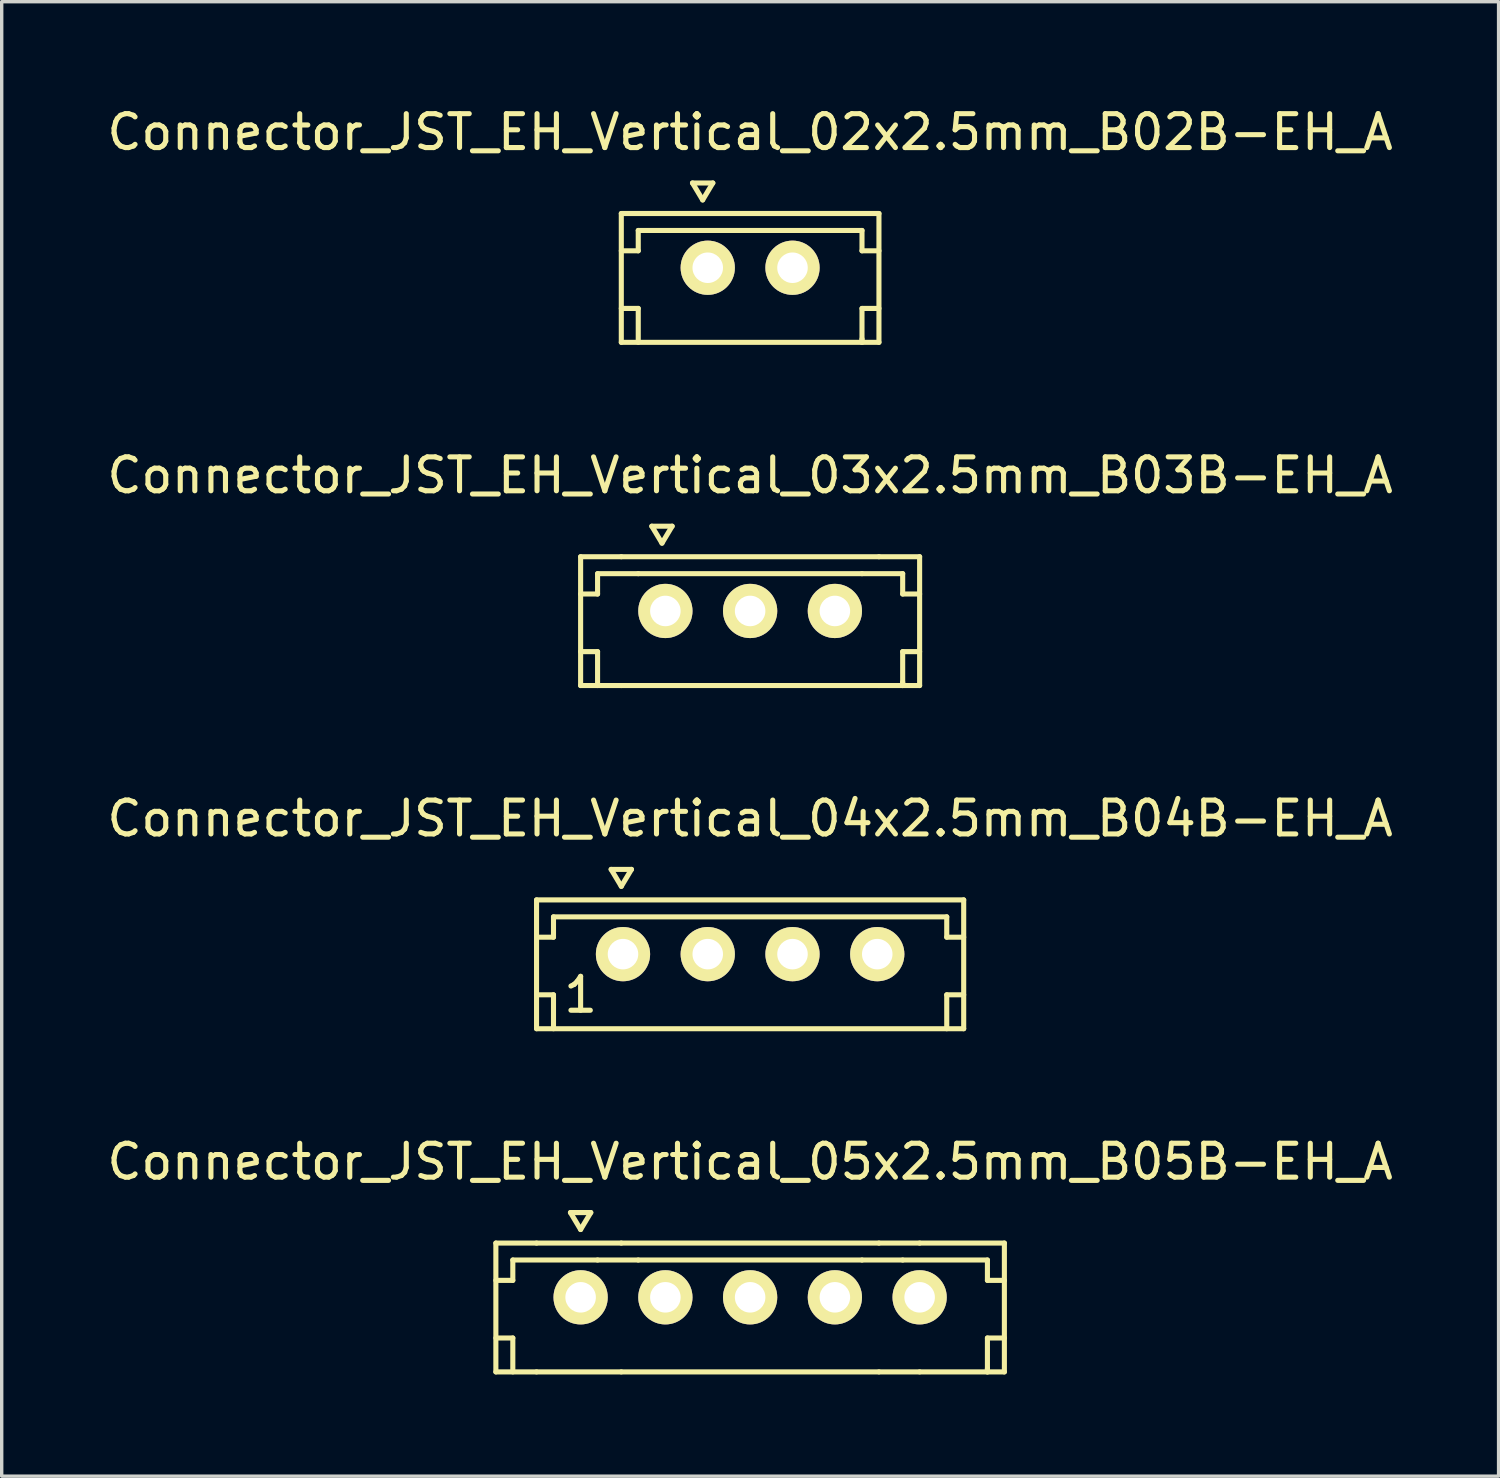
<source format=kicad_pcb>
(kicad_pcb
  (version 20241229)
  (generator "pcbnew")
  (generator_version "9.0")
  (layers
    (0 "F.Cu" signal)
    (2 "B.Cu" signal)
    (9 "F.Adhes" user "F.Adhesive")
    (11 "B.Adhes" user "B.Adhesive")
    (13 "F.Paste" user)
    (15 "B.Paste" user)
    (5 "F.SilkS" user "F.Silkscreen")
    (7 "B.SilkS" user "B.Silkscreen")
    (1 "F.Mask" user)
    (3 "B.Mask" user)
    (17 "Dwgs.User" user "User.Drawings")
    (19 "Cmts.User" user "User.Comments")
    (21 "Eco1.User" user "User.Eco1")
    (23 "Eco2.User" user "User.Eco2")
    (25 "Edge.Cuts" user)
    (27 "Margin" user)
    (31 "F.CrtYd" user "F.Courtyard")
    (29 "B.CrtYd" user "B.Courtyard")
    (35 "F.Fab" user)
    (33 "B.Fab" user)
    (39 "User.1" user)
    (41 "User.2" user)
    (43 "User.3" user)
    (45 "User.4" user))
  (footprint "Connector_JST_EH_Vertical_04x2.5mm_B04B-EH_A"
    (layer "F.Cu")
    (at 19.077 25.095)
    (property "Reference" "Connector_JST_EH_Vertical_04x2.5mm_B04B-EH_A" (at 0 -4 0) (layer "F.SilkS") (effects (font (size 1 1) (thickness 0.15))))
    (attr through_hole)
    (fp_line (start -6.3 -1.6) (end -6.3 2.2) (stroke (width 0.15) (type solid)) (layer "F.SilkS"))
    (fp_line (start -6.3 2.2) (end 6.3 2.2) (stroke (width 0.15) (type solid)) (layer "F.SilkS"))
    (fp_line (start -5.8 -1.1) (end -5.8 -0.5) (stroke (width 0.15) (type solid)) (layer "F.SilkS"))
    (fp_line (start -5.8 -0.5) (end -6.3 -0.5) (stroke (width 0.15) (type solid)) (layer "F.SilkS"))
    (fp_line (start -5.8 1.2) (end -6.3 1.2) (stroke (width 0.15) (type solid)) (layer "F.SilkS"))
    (fp_line (start -5.8 2.2) (end -5.8 1.2) (stroke (width 0.15) (type solid)) (layer "F.SilkS"))
    (fp_line (start -4.1 -2.5) (end -3.8 -2) (stroke (width 0.15) (type solid)) (layer "F.SilkS"))
    (fp_line (start -3.8 -2) (end -3.5 -2.5) (stroke (width 0.15) (type solid)) (layer "F.SilkS"))
    (fp_line (start -3.5 -2.5) (end -4.1 -2.5) (stroke (width 0.15) (type solid)) (layer "F.SilkS"))
    (fp_line (start 5.8 -1.1) (end -5.8 -1.1) (stroke (width 0.15) (type solid)) (layer "F.SilkS"))
    (fp_line (start 5.8 -0.5) (end 5.8 -1.1) (stroke (width 0.15) (type solid)) (layer "F.SilkS"))
    (fp_line (start 5.8 1.2) (end 6.3 1.2) (stroke (width 0.15) (type solid)) (layer "F.SilkS"))
    (fp_line (start 5.8 2.2) (end 5.8 1.2) (stroke (width 0.15) (type solid)) (layer "F.SilkS"))
    (fp_line (start 6.3 -1.6) (end -6.3 -1.6) (stroke (width 0.15) (type solid)) (layer "F.SilkS"))
    (fp_line (start 6.3 -0.5) (end 5.8 -0.5) (stroke (width 0.15) (type solid)) (layer "F.SilkS"))
    (fp_line (start 6.3 2.2) (end 6.3 -1.6) (stroke (width 0.15) (type solid)) (layer "F.SilkS"))
    (fp_text user "1" (at -5 1.2 0) (layer "F.SilkS") (effects (font (size 1 1) (thickness 0.15))))
    (pad "1" thru_hole circle (at -3.75 0) (size 1.6 1.6) (drill 0.9) (layers "*.Cu" "*.Mask" "F.SilkS"))
    (pad "2" thru_hole circle (at -1.25 0) (size 1.6 1.6) (drill 0.9) (layers "*.Cu" "*.Mask" "F.SilkS"))
    (pad "3" thru_hole circle (at 1.25 0) (size 1.6 1.6) (drill 0.9) (layers "*.Cu" "*.Mask" "F.SilkS"))
    (pad "4" thru_hole circle (at 3.75 0) (size 1.6 1.6) (drill 0.9) (layers "*.Cu" "*.Mask" "F.SilkS")))
  (footprint "Connector_JST_EH_Vertical_05x2.5mm_B05B-EH_A"
    (layer "F.Cu")
    (at 19.077 35.218)
    (property "Reference" "Connector_JST_EH_Vertical_05x2.5mm_B05B-EH_A" (at 0 -4 0) (layer "F.SilkS") (effects (font (size 1 1) (thickness 0.15))))
    (attr through_hole)
    (fp_line (start -7.5 -1.6) (end -7.5 2.2) (stroke (width 0.15) (type solid)) (layer "F.SilkS"))
    (fp_line (start -7.5 -1.6) (end -6.3 -1.6) (stroke (width 0.15) (type solid)) (layer "F.SilkS"))
    (fp_line (start -7.5 2.2) (end -6.3 2.2) (stroke (width 0.15) (type solid)) (layer "F.SilkS"))
    (fp_line (start -7 -1.1) (end -7 -0.5) (stroke (width 0.15) (type solid)) (layer "F.SilkS"))
    (fp_line (start -7 -0.5) (end -7.5 -0.5) (stroke (width 0.15) (type solid)) (layer "F.SilkS"))
    (fp_line (start -7 1.2) (end -7.5 1.2) (stroke (width 0.15) (type solid)) (layer "F.SilkS"))
    (fp_line (start -7 1.2) (end -7 2.2) (stroke (width 0.15) (type solid)) (layer "F.SilkS"))
    (fp_line (start -6.3 -1.6) (end -3.8 -1.6) (stroke (width 0.15) (type solid)) (layer "F.SilkS"))
    (fp_line (start -6.3 2.2) (end -3.8 2.2) (stroke (width 0.15) (type solid)) (layer "F.SilkS"))
    (fp_line (start -5.3 -2.5) (end -5 -2) (stroke (width 0.15) (type solid)) (layer "F.SilkS"))
    (fp_line (start -5 -2) (end -4.7 -2.5) (stroke (width 0.15) (type solid)) (layer "F.SilkS"))
    (fp_line (start -4.7 -2.5) (end -5.3 -2.5) (stroke (width 0.15) (type solid)) (layer "F.SilkS"))
    (fp_line (start -4.5 -1.1) (end -7 -1.1) (stroke (width 0.15) (type solid)) (layer "F.SilkS"))
    (fp_line (start -3.8 -1.6) (end 3.8 -1.6) (stroke (width 0.15) (type solid)) (layer "F.SilkS"))
    (fp_line (start -3.3 -1.1) (end -4.5 -1.1) (stroke (width 0.15) (type solid)) (layer "F.SilkS"))
    (fp_line (start 3.3 -1.1) (end -3.3 -1.1) (stroke (width 0.15) (type solid)) (layer "F.SilkS"))
    (fp_line (start 3.8 -1.6) (end 5 -1.6) (stroke (width 0.15) (type solid)) (layer "F.SilkS"))
    (fp_line (start 3.8 2.2) (end -3.8 2.2) (stroke (width 0.15) (type solid)) (layer "F.SilkS"))
    (fp_line (start 3.8 2.2) (end 5 2.2) (stroke (width 0.15) (type solid)) (layer "F.SilkS"))
    (fp_line (start 4.5 -1.1) (end 3.3 -1.1) (stroke (width 0.15) (type solid)) (layer "F.SilkS"))
    (fp_line (start 5 -1.6) (end 7.5 -1.6) (stroke (width 0.15) (type solid)) (layer "F.SilkS"))
    (fp_line (start 7 -1.1) (end 4.5 -1.1) (stroke (width 0.15) (type solid)) (layer "F.SilkS"))
    (fp_line (start 7 -1.1) (end 7 -0.5) (stroke (width 0.15) (type solid)) (layer "F.SilkS"))
    (fp_line (start 7 1.2) (end 7 2.2) (stroke (width 0.15) (type solid)) (layer "F.SilkS"))
    (fp_line (start 7 1.2) (end 7.5 1.2) (stroke (width 0.15) (type solid)) (layer "F.SilkS"))
    (fp_line (start 7 2.2) (end 7 2.1) (stroke (width 0.15) (type solid)) (layer "F.SilkS"))
    (fp_line (start 7.5 -1.6) (end 7.5 2.2) (stroke (width 0.15) (type solid)) (layer "F.SilkS"))
    (fp_line (start 7.5 -0.5) (end 7 -0.5) (stroke (width 0.15) (type solid)) (layer "F.SilkS"))
    (fp_line (start 7.5 2.2) (end 5 2.2) (stroke (width 0.15) (type solid)) (layer "F.SilkS"))
    (pad "1" thru_hole circle (at -5 0) (size 1.6 1.6) (drill 0.9) (layers "*.Cu" "*.Mask" "F.SilkS"))
    (pad "2" thru_hole circle (at -2.5 0) (size 1.6 1.6) (drill 0.9) (layers "*.Cu" "*.Mask" "F.SilkS"))
    (pad "3" thru_hole circle (at 0 0) (size 1.6 1.6) (drill 0.9) (layers "*.Cu" "*.Mask" "F.SilkS"))
    (pad "4" thru_hole circle (at 2.5 0) (size 1.6 1.6) (drill 0.9) (layers "*.Cu" "*.Mask" "F.SilkS"))
    (pad "5" thru_hole circle (at 5 0) (size 1.6 1.6) (drill 0.9) (layers "*.Cu" "*.Mask" "F.SilkS")))
  (footprint "Connector_JST_EH_Vertical_02x2.5mm_B02B-EH_A"
    (layer "F.Cu")
    (at 19.077 4.848)
    (property "Reference" "Connector_JST_EH_Vertical_02x2.5mm_B02B-EH_A" (at 0 -4 0) (layer "F.SilkS") (effects (font (size 1 1) (thickness 0.15))))
    (attr through_hole)
    (fp_line (start -3.8 -1.6) (end -3.8 2.2) (stroke (width 0.15) (type solid)) (layer "F.SilkS"))
    (fp_line (start -3.8 -1.6) (end 3.8 -1.6) (stroke (width 0.15) (type solid)) (layer "F.SilkS"))
    (fp_line (start -3.3 -1.1) (end -3.3 -0.5) (stroke (width 0.15) (type solid)) (layer "F.SilkS"))
    (fp_line (start -3.3 -0.5) (end -3.8 -0.5) (stroke (width 0.15) (type solid)) (layer "F.SilkS"))
    (fp_line (start -3.3 1.2) (end -3.8 1.2) (stroke (width 0.15) (type solid)) (layer "F.SilkS"))
    (fp_line (start -3.3 1.2) (end -3.3 2.2) (stroke (width 0.15) (type solid)) (layer "F.SilkS"))
    (fp_line (start -1.7 -2.5) (end -1.4 -2) (stroke (width 0.15) (type solid)) (layer "F.SilkS"))
    (fp_line (start -1.4 -2) (end -1.1 -2.5) (stroke (width 0.15) (type solid)) (layer "F.SilkS"))
    (fp_line (start -1.1 -2.5) (end -1.7 -2.5) (stroke (width 0.15) (type solid)) (layer "F.SilkS"))
    (fp_line (start 3.3 -1.1) (end -3.3 -1.1) (stroke (width 0.15) (type solid)) (layer "F.SilkS"))
    (fp_line (start 3.3 -1.1) (end 3.3 -0.5) (stroke (width 0.15) (type solid)) (layer "F.SilkS"))
    (fp_line (start 3.3 1.2) (end 3.3 2.2) (stroke (width 0.15) (type solid)) (layer "F.SilkS"))
    (fp_line (start 3.3 1.2) (end 3.8 1.2) (stroke (width 0.15) (type solid)) (layer "F.SilkS"))
    (fp_line (start 3.3 2.2) (end 3.3 2.1) (stroke (width 0.15) (type solid)) (layer "F.SilkS"))
    (fp_line (start 3.8 -1.6) (end 3.8 2.2) (stroke (width 0.15) (type solid)) (layer "F.SilkS"))
    (fp_line (start 3.8 -0.5) (end 3.3 -0.5) (stroke (width 0.15) (type solid)) (layer "F.SilkS"))
    (fp_line (start 3.8 2.2) (end -3.8 2.2) (stroke (width 0.15) (type solid)) (layer "F.SilkS"))
    (pad "1" thru_hole circle (at -1.25 0) (size 1.6 1.6) (drill 0.9) (layers "*.Cu" "*.Mask" "F.SilkS"))
    (pad "2" thru_hole circle (at 1.25 0) (size 1.6 1.6) (drill 0.9) (layers "*.Cu" "*.Mask" "F.SilkS")))
  (footprint "Connector_JST_EH_Vertical_03x2.5mm_B03B-EH_A"
    (layer "F.Cu")
    (at 19.077 14.972)
    (property "Reference" "Connector_JST_EH_Vertical_03x2.5mm_B03B-EH_A" (at 0 -4 0) (layer "F.SilkS") (effects (font (size 1 1) (thickness 0.15))))
    (attr through_hole)
    (fp_line (start -5 -1.6) (end -5 2.2) (stroke (width 0.15) (type solid)) (layer "F.SilkS"))
    (fp_line (start -5 -1.6) (end -3.8 -1.6) (stroke (width 0.15) (type solid)) (layer "F.SilkS"))
    (fp_line (start -5 2.2) (end -3.8 2.2) (stroke (width 0.15) (type solid)) (layer "F.SilkS"))
    (fp_line (start -4.5 -1.1) (end -4.5 -0.5) (stroke (width 0.15) (type solid)) (layer "F.SilkS"))
    (fp_line (start -4.5 -0.5) (end -5 -0.5) (stroke (width 0.15) (type solid)) (layer "F.SilkS"))
    (fp_line (start -4.5 1.2) (end -5 1.2) (stroke (width 0.15) (type solid)) (layer "F.SilkS"))
    (fp_line (start -4.5 1.2) (end -4.5 2.2) (stroke (width 0.15) (type solid)) (layer "F.SilkS"))
    (fp_line (start -3.8 -1.6) (end 3.8 -1.6) (stroke (width 0.15) (type solid)) (layer "F.SilkS"))
    (fp_line (start -3.3 -1.1) (end -4.5 -1.1) (stroke (width 0.15) (type solid)) (layer "F.SilkS"))
    (fp_line (start -2.9 -2.5) (end -2.6 -2) (stroke (width 0.15) (type solid)) (layer "F.SilkS"))
    (fp_line (start -2.6 -2) (end -2.3 -2.5) (stroke (width 0.15) (type solid)) (layer "F.SilkS"))
    (fp_line (start -2.3 -2.5) (end -2.9 -2.5) (stroke (width 0.15) (type solid)) (layer "F.SilkS"))
    (fp_line (start 3.3 -1.1) (end -3.3 -1.1) (stroke (width 0.15) (type solid)) (layer "F.SilkS"))
    (fp_line (start 3.8 -1.6) (end 5 -1.6) (stroke (width 0.15) (type solid)) (layer "F.SilkS"))
    (fp_line (start 3.8 2.2) (end -3.8 2.2) (stroke (width 0.15) (type solid)) (layer "F.SilkS"))
    (fp_line (start 3.8 2.2) (end 5 2.2) (stroke (width 0.15) (type solid)) (layer "F.SilkS"))
    (fp_line (start 4.5 -1.1) (end 3.3 -1.1) (stroke (width 0.15) (type solid)) (layer "F.SilkS"))
    (fp_line (start 4.5 -1.1) (end 4.5 -0.5) (stroke (width 0.15) (type solid)) (layer "F.SilkS"))
    (fp_line (start 4.5 1.2) (end 4.5 2.2) (stroke (width 0.15) (type solid)) (layer "F.SilkS"))
    (fp_line (start 4.5 1.2) (end 5 1.2) (stroke (width 0.15) (type solid)) (layer "F.SilkS"))
    (fp_line (start 4.5 2.2) (end 4.5 2.1) (stroke (width 0.15) (type solid)) (layer "F.SilkS"))
    (fp_line (start 5 -1.6) (end 5 2.2) (stroke (width 0.15) (type solid)) (layer "F.SilkS"))
    (fp_line (start 5 -0.5) (end 4.5 -0.5) (stroke (width 0.15) (type solid)) (layer "F.SilkS"))
    (pad "1" thru_hole circle (at -2.5 0) (size 1.6 1.6) (drill 0.9) (layers "*.Cu" "*.Mask" "F.SilkS"))
    (pad "2" thru_hole circle (at 0 0) (size 1.6 1.6) (drill 0.9) (layers "*.Cu" "*.Mask" "F.SilkS"))
    (pad "3" thru_hole circle (at 2.5 0) (size 1.6 1.6) (drill 0.9) (layers "*.Cu" "*.Mask" "F.SilkS")))
  (gr_rect
    (start -3 -3)
    (end 41.155 40.493)
    (stroke (width 0.1) (type default))
    (fill no)
    (layer "Edge.Cuts")))
</source>
